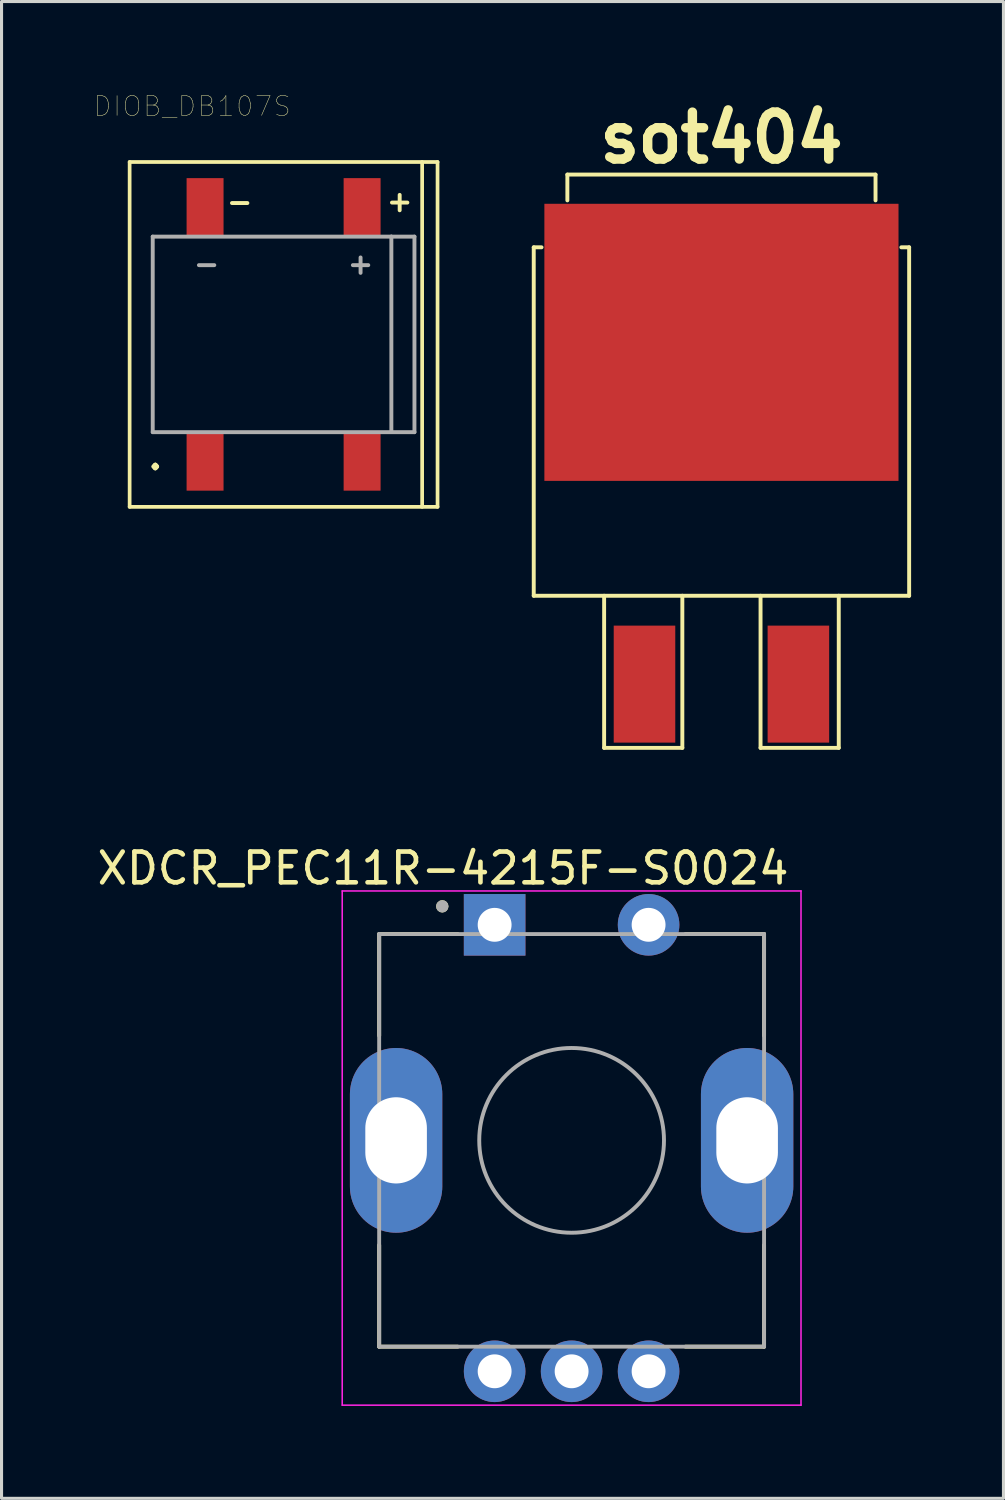
<source format=kicad_pcb>
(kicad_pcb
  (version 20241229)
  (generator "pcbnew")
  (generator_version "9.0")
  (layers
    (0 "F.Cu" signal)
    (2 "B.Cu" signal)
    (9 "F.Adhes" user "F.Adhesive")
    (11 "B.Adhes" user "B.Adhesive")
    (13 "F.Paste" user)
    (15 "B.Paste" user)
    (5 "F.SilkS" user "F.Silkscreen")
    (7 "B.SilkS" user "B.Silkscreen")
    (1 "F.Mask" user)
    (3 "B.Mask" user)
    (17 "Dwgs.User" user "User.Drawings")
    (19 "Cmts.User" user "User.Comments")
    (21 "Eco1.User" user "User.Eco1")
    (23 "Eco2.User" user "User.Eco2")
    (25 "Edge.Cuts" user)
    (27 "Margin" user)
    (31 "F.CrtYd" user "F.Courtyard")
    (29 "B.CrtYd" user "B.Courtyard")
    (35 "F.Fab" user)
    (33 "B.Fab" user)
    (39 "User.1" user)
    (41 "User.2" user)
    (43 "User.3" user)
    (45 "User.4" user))
  (footprint "sot404"
    (layer "F.Cu")
    (at 20.38 13.618)
    (property "Reference" "sot404" (at 0 -12.192 0) (layer "F.SilkS") (effects (font (size 1.524 1.524) (thickness 0.305))))
    (attr through_hole)
    (fp_line (start -6.096 -8.636) (end -5.842 -8.636) (stroke (width 0.127) (type solid)) (layer "F.SilkS"))
    (fp_line (start -6.096 2.68) (end -6.096 -8.636) (stroke (width 0.127) (type solid)) (layer "F.SilkS"))
    (fp_line (start -5.004 -10.998) (end 5.004 -10.998) (stroke (width 0.127) (type solid)) (layer "F.SilkS"))
    (fp_line (start -5.004 -10.16) (end -5.004 -10.998) (stroke (width 0.127) (type solid)) (layer "F.SilkS"))
    (fp_line (start -3.81 2.68) (end -3.81 7.62) (stroke (width 0.127) (type solid)) (layer "F.SilkS"))
    (fp_line (start -3.81 7.62) (end -1.27 7.62) (stroke (width 0.127) (type solid)) (layer "F.SilkS"))
    (fp_line (start -1.27 7.62) (end -1.27 2.68) (stroke (width 0.127) (type solid)) (layer "F.SilkS"))
    (fp_line (start 1.27 2.68) (end 1.27 7.62) (stroke (width 0.127) (type solid)) (layer "F.SilkS"))
    (fp_line (start 1.27 7.62) (end 3.81 7.62) (stroke (width 0.127) (type solid)) (layer "F.SilkS"))
    (fp_line (start 3.81 7.62) (end 3.81 2.68) (stroke (width 0.127) (type solid)) (layer "F.SilkS"))
    (fp_line (start 5.004 -10.998) (end 5.004 -10.16) (stroke (width 0.127) (type solid)) (layer "F.SilkS"))
    (fp_line (start 5.842 -8.636) (end 6.096 -8.636) (stroke (width 0.127) (type solid)) (layer "F.SilkS"))
    (fp_line (start 6.096 -8.636) (end 6.096 2.68) (stroke (width 0.127) (type solid)) (layer "F.SilkS"))
    (fp_line (start 6.096 2.68) (end -6.096 2.68) (stroke (width 0.127) (type solid)) (layer "F.SilkS"))
    (pad "1" smd rect (at -2.499 5.55) (size 1.999 3.8) (layers "F.Cu" "F.Mask" "F.Paste"))
    (pad "2" smd rect (at 0 -5.55) (size 11.501 8.999) (layers "F.Cu" "F.Mask" "F.Paste"))
    (pad "3" smd rect (at 2.499 5.55) (size 1.999 3.8) (layers "F.Cu" "F.Mask" "F.Paste")))
  (footprint "XDCR_PEC11R-4215F-S0024"
    (layer "F.Cu")
    (at 15.514 33.985)
    (property "Reference" "XDCR_PEC11R-4215F-S0024" (at -4.175 -8.835 0) (layer "F.SilkS") (effects (font (size 1 1) (thickness 0.15))))
    (attr through_hole)
    (fp_line (start -6.25 -6.7) (end -3.7 -6.7) (stroke (width 0.127) (type solid)) (layer "F.SilkS"))
    (fp_line (start -6.25 -3.4) (end -6.25 -6.7) (stroke (width 0.127) (type solid)) (layer "F.SilkS"))
    (fp_line (start -6.25 3.4) (end -6.25 6.7) (stroke (width 0.127) (type solid)) (layer "F.SilkS"))
    (fp_line (start -6.25 6.7) (end -3.7 6.7) (stroke (width 0.127) (type solid)) (layer "F.SilkS"))
    (fp_line (start 3.7 -6.7) (end 6.25 -6.7) (stroke (width 0.127) (type solid)) (layer "F.SilkS"))
    (fp_line (start 3.7 6.7) (end 6.25 6.7) (stroke (width 0.127) (type solid)) (layer "F.SilkS"))
    (fp_line (start 6.25 -6.7) (end 6.25 -3.4) (stroke (width 0.127) (type solid)) (layer "F.SilkS"))
    (fp_line (start 6.25 6.7) (end 6.25 3.4) (stroke (width 0.127) (type solid)) (layer "F.SilkS"))
    (fp_circle (center -4.2 -7.6) (end -4.1 -7.6) (stroke (width 0.2) (type solid)) (fill no) (layer "F.SilkS"))
    (fp_line (start -7.45 -8.1) (end -7.45 8.6) (stroke (width 0.05) (type solid)) (layer "F.CrtYd"))
    (fp_line (start -7.45 8.6) (end 7.45 8.6) (stroke (width 0.05) (type solid)) (layer "F.CrtYd"))
    (fp_line (start 7.45 -8.1) (end -7.45 -8.1) (stroke (width 0.05) (type solid)) (layer "F.CrtYd"))
    (fp_line (start 7.45 8.6) (end 7.45 -8.1) (stroke (width 0.05) (type solid)) (layer "F.CrtYd"))
    (fp_line (start -6.25 -6.7) (end 6.25 -6.7) (stroke (width 0.127) (type solid)) (layer "F.Fab"))
    (fp_line (start -6.25 6.7) (end -6.25 -6.7) (stroke (width 0.127) (type solid)) (layer "F.Fab"))
    (fp_line (start 6.25 -6.7) (end 6.25 6.7) (stroke (width 0.127) (type solid)) (layer "F.Fab"))
    (fp_line (start 6.25 6.7) (end -6.25 6.7) (stroke (width 0.127) (type solid)) (layer "F.Fab"))
    (fp_circle (center -4.2 -7.6) (end -4.1 -7.6) (stroke (width 0.2) (type solid)) (fill no) (layer "F.Fab"))
    (fp_circle (center 0 0) (end 3 0) (stroke (width 0.127) (type solid)) (fill no) (layer "F.Fab"))
    (pad "A" thru_hole circle (at -2.5 7.5) (size 2 2) (drill 1.1) (layers "*.Cu" "*.Mask"))
    (pad "B" thru_hole circle (at 2.5 7.5) (size 2 2) (drill 1.1) (layers "*.Cu" "*.Mask"))
    (pad "C" thru_hole circle (at 0 7.5) (size 2 2) (drill 1.1) (layers "*.Cu" "*.Mask"))
    (pad "MP" thru_hole oval (at -5.7 0) (size 3 6) (drill oval 2 2.8) (layers "*.Cu" "*.Mask"))
    (pad "MP" thru_hole oval (at 5.7 0) (size 3 6) (drill oval 2 2.8) (layers "*.Cu" "*.Mask"))
    (pad "S1" thru_hole rect (at -2.5 -7) (size 2 2) (drill 1.1) (layers "*.Cu" "*.Mask"))
    (pad "S2" thru_hole circle (at 2.5 -7) (size 2 2) (drill 1.1) (layers "*.Cu" "*.Mask")))
  (footprint "DIOB_DB107S"
    (layer "F.Cu")
    (at 6.16 7.811)
    (property "Reference" "DIOB_DB107S" (at -2.97 -7.41 0) (layer "F.SilkS") (effects (font (size 0.64 0.64) (thickness 0.015))))
    (attr through_hole)
    (fp_line (start -5 -5.6) (end 5 -5.6) (stroke (width 0.12) (type solid)) (layer "F.SilkS"))
    (fp_line (start -5 5.6) (end -5 -5.6) (stroke (width 0.12) (type solid)) (layer "F.SilkS"))
    (fp_line (start -1.676 -4.267) (end -1.176 -4.267) (stroke (width 0.127) (type solid)) (layer "F.SilkS"))
    (fp_line (start 3.52 -4.282) (end 4.02 -4.282) (stroke (width 0.127) (type solid)) (layer "F.SilkS"))
    (fp_line (start 3.77 -4.532) (end 3.77 -4.032) (stroke (width 0.127) (type solid)) (layer "F.SilkS"))
    (fp_line (start 4.5 -5.6) (end 4.5 5.6) (stroke (width 0.12) (type solid)) (layer "F.SilkS"))
    (fp_line (start 5 -5.6) (end 5 5.6) (stroke (width 0.12) (type solid)) (layer "F.SilkS"))
    (fp_line (start 5 5.6) (end -5 5.6) (stroke (width 0.12) (type solid)) (layer "F.SilkS"))
    (fp_line (start -4.25 -3.176) (end -4.25 3.174) (stroke (width 0.127) (type solid)) (layer "F.Fab"))
    (fp_line (start -4.25 3.174) (end 4.25 3.174) (stroke (width 0.127) (type solid)) (layer "F.Fab"))
    (fp_line (start -2.75 -2.25) (end -2.25 -2.25) (stroke (width 0.127) (type solid)) (layer "F.Fab"))
    (fp_line (start 2.25 -2.25) (end 2.75 -2.25) (stroke (width 0.127) (type solid)) (layer "F.Fab"))
    (fp_line (start 2.5 -2.5) (end 2.5 -2) (stroke (width 0.127) (type solid)) (layer "F.Fab"))
    (fp_line (start 3.5 -3.176) (end -4.25 -3.176) (stroke (width 0.127) (type solid)) (layer "F.Fab"))
    (fp_line (start 3.5 -3.176) (end 3.5 3.17) (stroke (width 0.127) (type solid)) (layer "F.Fab"))
    (fp_line (start 4.25 -3.176) (end 3.5 -3.176) (stroke (width 0.127) (type solid)) (layer "F.Fab"))
    (fp_line (start 4.25 3.174) (end 4.25 -3.176) (stroke (width 0.127) (type solid)) (layer "F.Fab"))
    (fp_text user "·" (at -4.166 4.216 0) (layer "F.SilkS") (effects (font (size 1 1) (thickness 0.15))))
    (pad "+" smd rect (at 2.55 -4.126) (size 1.2 1.9) (layers "F.Cu" "F.Mask" "F.Paste"))
    (pad "-" smd rect (at -2.55 -4.126) (size 1.2 1.9) (layers "F.Cu" "F.Mask" "F.Paste"))
    (pad "a1" smd rect (at -2.55 4.124) (size 1.2 1.9) (layers "F.Cu" "F.Mask" "F.Paste"))
    (pad "a2" smd rect (at 2.55 4.124) (size 1.2 1.9) (layers "F.Cu" "F.Mask" "F.Paste")))
  (gr_rect
    (start -3 -3)
    (end 29.539 45.61)
    (stroke (width 0.1) (type default))
    (fill no)
    (layer "Edge.Cuts")))
</source>
